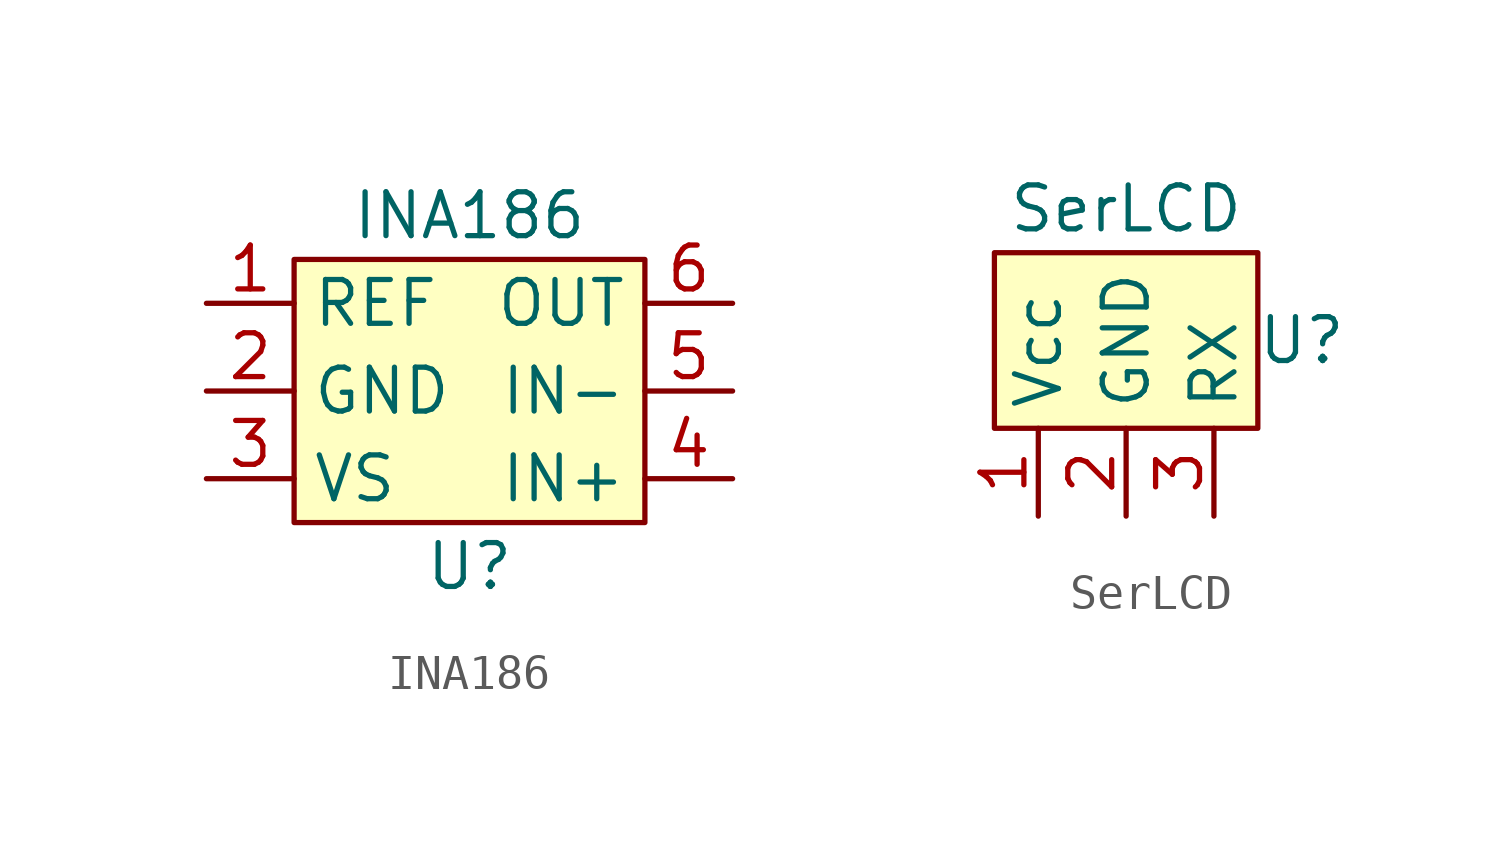
<source format=kicad_sym>
(kicad_symbol_lib
  (version 20211014)
  (generator kicad_symbol_editor)
  (symbol "INA186"
    (property "Reference" "U"
      (at 0 -5.08 0)
      (effects (font (size 1.27 1.27))))
    (property "Value" "INA186"
      (at 0 5.08 0)
      (effects (font (size 1.27 1.27))))
    (symbol "INA186_0_1"
      (rectangle (start -5.08 3.81) (end 5.08 -3.81) (stroke (width 0) (type default) (color 0 0 0 0)) (fill (type background))))
    (symbol "INA186_1_1"
      (pin input line (at -7.62 2.54 0) (length 2.54) (name "REF" (effects (font (size 1.27 1.27)))) (number "1" (effects (font (size 1.27 1.27)))))
      (pin input line (at -7.62 0 0) (length 2.54) (name "GND" (effects (font (size 1.27 1.27)))) (number "2" (effects (font (size 1.27 1.27)))))
      (pin input line (at -7.62 -2.54 0) (length 2.54) (name "VS" (effects (font (size 1.27 1.27)))) (number "3" (effects (font (size 1.27 1.27)))))
      (pin input line (at 7.62 -2.54 180) (length 2.54) (name "IN+" (effects (font (size 1.27 1.27)))) (number "4" (effects (font (size 1.27 1.27)))))
      (pin input line (at 7.62 0 180) (length 2.54) (name "IN-" (effects (font (size 1.27 1.27)))) (number "5" (effects (font (size 1.27 1.27)))))
      (pin input line (at 7.62 2.54 180) (length 2.54) (name "OUT" (effects (font (size 1.27 1.27)))) (number "6" (effects (font (size 1.27 1.27)))))))
  (symbol "SerLCD"
    (property "Reference" "U"
      (at 5.08 2.54 0)
      (effects (font (size 1.27 1.27))))
    (property "Value" "SerLCD"
      (at 0 6.35 0)
      (effects (font (size 1.27 1.27))))
    (symbol "SerLCD_0_1"
      (rectangle (start -3.81 0) (end 3.81 5.08) (stroke (width 0) (type default) (color 0 0 0 0)) (fill (type background))))
    (symbol "SerLCD_1_1"
      (pin input line (at -2.54 -2.54 90) (length 2.54) (name "Vcc" (effects (font (size 1.27 1.27)))) (number "1" (effects (font (size 1.27 1.27)))))
      (pin input line (at 0 -2.54 90) (length 2.54) (name "GND" (effects (font (size 1.27 1.27)))) (number "2" (effects (font (size 1.27 1.27)))))
      (pin input line (at 2.54 -2.54 90) (length 2.54) (name "RX" (effects (font (size 1.27 1.27)))) (number "3" (effects (font (size 1.27 1.27))))))))
</source>
